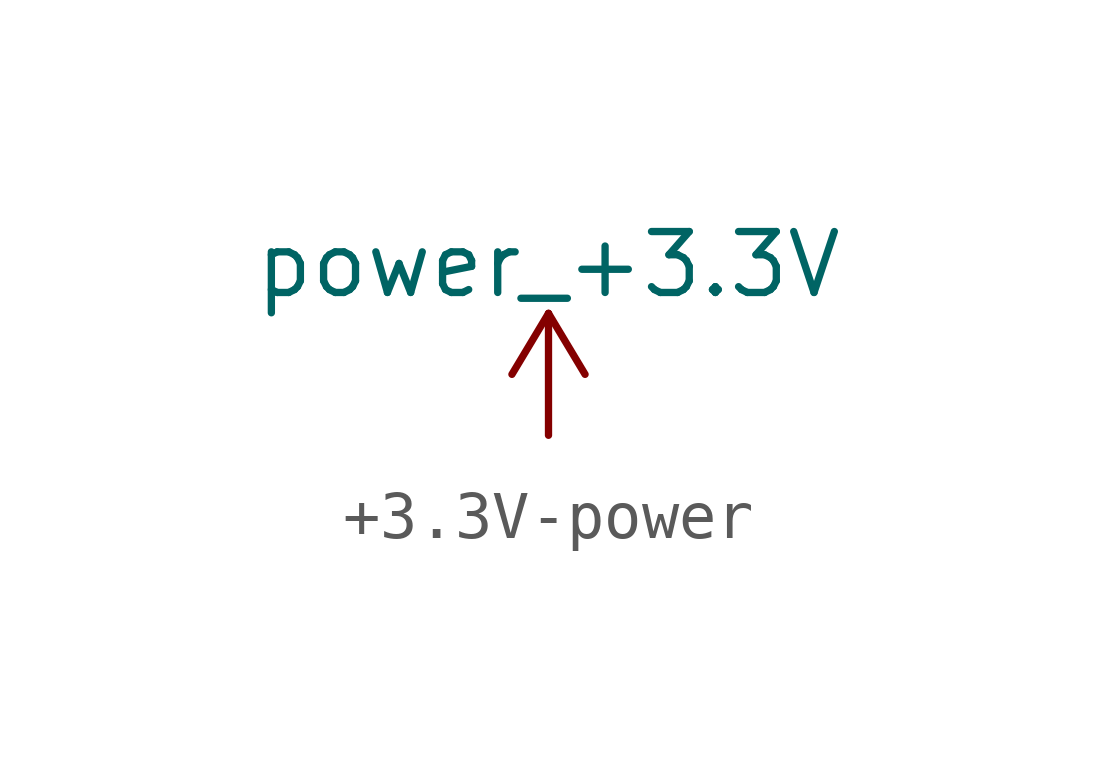
<source format=kicad_sym>
(kicad_symbol_lib
  (version 20231120)
  (generator "kicad_symbol_editor")
  (generator_version "8.0")
  (symbol "+3.3V-power"
    (power)
    (pin_names
      (offset 0))
    (property "Reference" "#PWR"
      (at 0 -3.81 0)
      (effects (font (size 1.27 1.27)) (hide yes)))
    (property "Value" "power_+3.3V"
      (at 0 3.556 0)
      (effects (font (size 1.27 1.27))))
    (symbol "+3.3V-power_0_1"
      (polyline (pts (xy -0.762 1.27) (xy 0 2.54)) (stroke (width 0) (type solid)) (fill (type none)))
      (polyline (pts (xy 0 0) (xy 0 2.54)) (stroke (width 0) (type solid)) (fill (type none)))
      (polyline (pts (xy 0 2.54) (xy 0.762 1.27)) (stroke (width 0) (type solid)) (fill (type none))))
    (symbol "+3.3V-power_1_1"
      (pin power_in line (at 0 0 90) (length 0) hide (name "+3V3" (effects (font (size 1.27 1.27)))) (number "1" (effects (font (size 1.27 1.27))))))))
</source>
